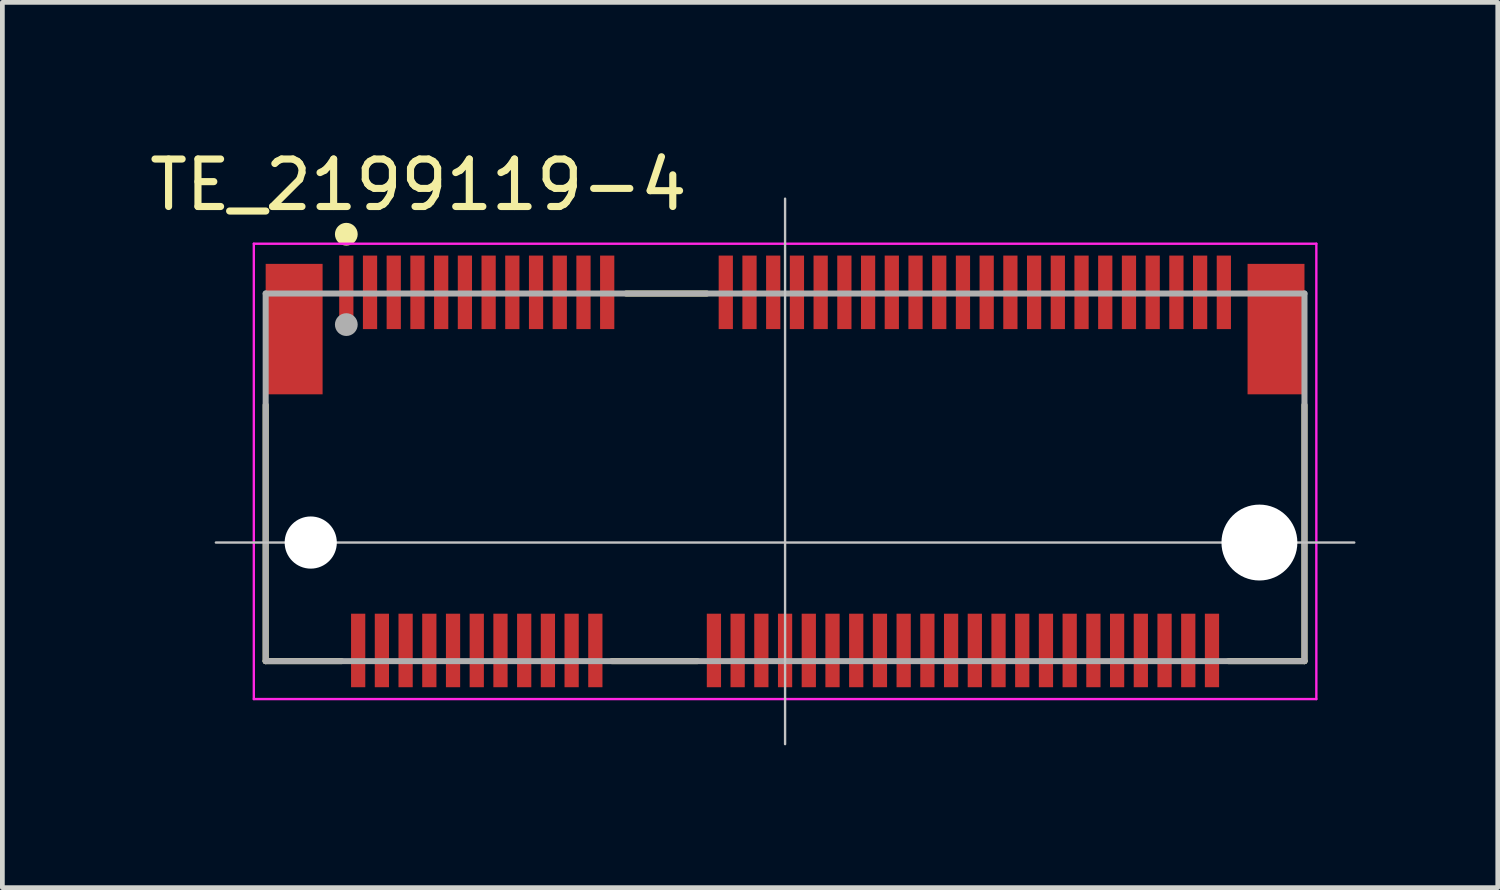
<source format=kicad_pcb>
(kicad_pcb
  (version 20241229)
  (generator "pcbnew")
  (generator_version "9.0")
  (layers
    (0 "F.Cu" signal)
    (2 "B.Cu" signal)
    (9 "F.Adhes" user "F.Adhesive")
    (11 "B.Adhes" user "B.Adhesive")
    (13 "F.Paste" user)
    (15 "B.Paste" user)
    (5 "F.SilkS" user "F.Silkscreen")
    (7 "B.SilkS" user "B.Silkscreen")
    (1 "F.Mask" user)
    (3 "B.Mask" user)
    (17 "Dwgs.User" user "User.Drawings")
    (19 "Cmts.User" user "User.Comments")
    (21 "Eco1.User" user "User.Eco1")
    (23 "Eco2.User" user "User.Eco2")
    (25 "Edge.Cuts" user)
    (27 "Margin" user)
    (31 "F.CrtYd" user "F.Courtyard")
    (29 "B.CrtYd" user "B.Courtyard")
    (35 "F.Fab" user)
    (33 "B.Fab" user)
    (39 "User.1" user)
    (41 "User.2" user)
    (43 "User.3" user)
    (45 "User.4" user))
  (footprint "TE_2199119-4"
    (layer "F.Cu")
    (at 13.501 8.388)
    (property "Reference" "TE_2199119-4" (at -7.73 -7.54 0) (layer "F.SilkS") (effects (font (size 1.001 1.001) (thickness 0.15))))
    (attr through_hole)
    (fp_line (start -10.95 -2.9) (end -10.95 2.5) (stroke (width 0.127) (type solid)) (layer "F.SilkS"))
    (fp_line (start -10.95 2.5) (end -9.35 2.5) (stroke (width 0.127) (type solid)) (layer "F.SilkS"))
    (fp_line (start -3.65 2.5) (end -1.85 2.5) (stroke (width 0.127) (type solid)) (layer "F.SilkS"))
    (fp_line (start -3.35 -5.25) (end -1.65 -5.25) (stroke (width 0.127) (type solid)) (layer "F.SilkS"))
    (fp_line (start 9.35 2.5) (end 10.95 2.5) (stroke (width 0.127) (type solid)) (layer "F.SilkS"))
    (fp_line (start 10.95 2.5) (end 10.95 -2.9) (stroke (width 0.127) (type solid)) (layer "F.SilkS"))
    (fp_circle (center -9.25 -6.5) (end -9.13 -6.5) (stroke (width 0.24) (type solid)) (fill no) (layer "F.SilkS"))
    (fp_line (start -12 0) (end 12 0) (stroke (width 0.05) (type solid)) (layer "Dwgs.User"))
    (fp_line (start 0 -7.25) (end 0 4.25) (stroke (width 0.05) (type solid)) (layer "Dwgs.User"))
    (fp_line (start -11.2 -6.3) (end 11.2 -6.3) (stroke (width 0.05) (type solid)) (layer "F.CrtYd"))
    (fp_line (start -11.2 3.3) (end -11.2 -6.3) (stroke (width 0.05) (type solid)) (layer "F.CrtYd"))
    (fp_line (start 11.2 -6.3) (end 11.2 3.3) (stroke (width 0.05) (type solid)) (layer "F.CrtYd"))
    (fp_line (start 11.2 3.3) (end -11.2 3.3) (stroke (width 0.05) (type solid)) (layer "F.CrtYd"))
    (fp_line (start -10.95 -5.25) (end 10.95 -5.25) (stroke (width 0.127) (type solid)) (layer "F.Fab"))
    (fp_line (start -10.95 2.5) (end -10.95 -5.25) (stroke (width 0.127) (type solid)) (layer "F.Fab"))
    (fp_line (start 10.95 -5.25) (end 10.95 2.5) (stroke (width 0.127) (type solid)) (layer "F.Fab"))
    (fp_line (start 10.95 2.5) (end -10.95 2.5) (stroke (width 0.127) (type solid)) (layer "F.Fab"))
    (fp_circle (center -9.25 -4.595) (end -9.13 -4.595) (stroke (width 0.24) (type solid)) (fill no) (layer "F.Fab"))
    (pad "" np_thru_hole circle (at -10 0) (size 1.1 1.1) (drill 1.1) (layers "*.Cu" "*.Mask"))
    (pad "" np_thru_hole circle (at 10 0) (size 1.6 1.6) (drill 1.6) (layers "*.Cu" "*.Mask"))
    (pad "1" smd rect (at -9.25 -5.275) (size 0.3 1.55) (layers "F.Cu" "F.Mask" "F.Paste"))
    (pad "2" smd rect (at -9 2.275) (size 0.3 1.55) (layers "F.Cu" "F.Mask" "F.Paste"))
    (pad "3" smd rect (at -8.75 -5.275) (size 0.3 1.55) (layers "F.Cu" "F.Mask" "F.Paste"))
    (pad "4" smd rect (at -8.5 2.275) (size 0.3 1.55) (layers "F.Cu" "F.Mask" "F.Paste"))
    (pad "5" smd rect (at -8.25 -5.275) (size 0.3 1.55) (layers "F.Cu" "F.Mask" "F.Paste"))
    (pad "6" smd rect (at -8 2.275) (size 0.3 1.55) (layers "F.Cu" "F.Mask" "F.Paste"))
    (pad "7" smd rect (at -7.75 -5.275) (size 0.3 1.55) (layers "F.Cu" "F.Mask" "F.Paste"))
    (pad "8" smd rect (at -7.5 2.275) (size 0.3 1.55) (layers "F.Cu" "F.Mask" "F.Paste"))
    (pad "9" smd rect (at -7.25 -5.275) (size 0.3 1.55) (layers "F.Cu" "F.Mask" "F.Paste"))
    (pad "10" smd rect (at -7 2.275) (size 0.3 1.55) (layers "F.Cu" "F.Mask" "F.Paste"))
    (pad "11" smd rect (at -6.75 -5.275) (size 0.3 1.55) (layers "F.Cu" "F.Mask" "F.Paste"))
    (pad "12" smd rect (at -6.5 2.275) (size 0.3 1.55) (layers "F.Cu" "F.Mask" "F.Paste"))
    (pad "13" smd rect (at -6.25 -5.275) (size 0.3 1.55) (layers "F.Cu" "F.Mask" "F.Paste"))
    (pad "14" smd rect (at -6 2.275) (size 0.3 1.55) (layers "F.Cu" "F.Mask" "F.Paste"))
    (pad "15" smd rect (at -5.75 -5.275) (size 0.3 1.55) (layers "F.Cu" "F.Mask" "F.Paste"))
    (pad "16" smd rect (at -5.5 2.275) (size 0.3 1.55) (layers "F.Cu" "F.Mask" "F.Paste"))
    (pad "17" smd rect (at -5.25 -5.275) (size 0.3 1.55) (layers "F.Cu" "F.Mask" "F.Paste"))
    (pad "18" smd rect (at -5 2.275) (size 0.3 1.55) (layers "F.Cu" "F.Mask" "F.Paste"))
    (pad "19" smd rect (at -4.75 -5.275) (size 0.3 1.55) (layers "F.Cu" "F.Mask" "F.Paste"))
    (pad "20" smd rect (at -4.5 2.275) (size 0.3 1.55) (layers "F.Cu" "F.Mask" "F.Paste"))
    (pad "21" smd rect (at -4.25 -5.275) (size 0.3 1.55) (layers "F.Cu" "F.Mask" "F.Paste"))
    (pad "22" smd rect (at -4 2.275) (size 0.3 1.55) (layers "F.Cu" "F.Mask" "F.Paste"))
    (pad "23" smd rect (at -3.75 -5.275) (size 0.3 1.55) (layers "F.Cu" "F.Mask" "F.Paste"))
    (pad "32" smd rect (at -1.5 2.275) (size 0.3 1.55) (layers "F.Cu" "F.Mask" "F.Paste"))
    (pad "33" smd rect (at -1.25 -5.275) (size 0.3 1.55) (layers "F.Cu" "F.Mask" "F.Paste"))
    (pad "34" smd rect (at -1 2.275) (size 0.3 1.55) (layers "F.Cu" "F.Mask" "F.Paste"))
    (pad "35" smd rect (at -0.75 -5.275) (size 0.3 1.55) (layers "F.Cu" "F.Mask" "F.Paste"))
    (pad "36" smd rect (at -0.5 2.275) (size 0.3 1.55) (layers "F.Cu" "F.Mask" "F.Paste"))
    (pad "37" smd rect (at -0.25 -5.275) (size 0.3 1.55) (layers "F.Cu" "F.Mask" "F.Paste"))
    (pad "38" smd rect (at 0 2.275) (size 0.3 1.55) (layers "F.Cu" "F.Mask" "F.Paste"))
    (pad "39" smd rect (at 0.25 -5.275) (size 0.3 1.55) (layers "F.Cu" "F.Mask" "F.Paste"))
    (pad "40" smd rect (at 0.5 2.275) (size 0.3 1.55) (layers "F.Cu" "F.Mask" "F.Paste"))
    (pad "41" smd rect (at 0.75 -5.275) (size 0.3 1.55) (layers "F.Cu" "F.Mask" "F.Paste"))
    (pad "42" smd rect (at 1 2.275) (size 0.3 1.55) (layers "F.Cu" "F.Mask" "F.Paste"))
    (pad "43" smd rect (at 1.25 -5.275) (size 0.3 1.55) (layers "F.Cu" "F.Mask" "F.Paste"))
    (pad "44" smd rect (at 1.5 2.275) (size 0.3 1.55) (layers "F.Cu" "F.Mask" "F.Paste"))
    (pad "45" smd rect (at 1.75 -5.275) (size 0.3 1.55) (layers "F.Cu" "F.Mask" "F.Paste"))
    (pad "46" smd rect (at 2 2.275) (size 0.3 1.55) (layers "F.Cu" "F.Mask" "F.Paste"))
    (pad "47" smd rect (at 2.25 -5.275) (size 0.3 1.55) (layers "F.Cu" "F.Mask" "F.Paste"))
    (pad "48" smd rect (at 2.5 2.275) (size 0.3 1.55) (layers "F.Cu" "F.Mask" "F.Paste"))
    (pad "49" smd rect (at 2.75 -5.275) (size 0.3 1.55) (layers "F.Cu" "F.Mask" "F.Paste"))
    (pad "50" smd rect (at 3 2.275) (size 0.3 1.55) (layers "F.Cu" "F.Mask" "F.Paste"))
    (pad "51" smd rect (at 3.25 -5.275) (size 0.3 1.55) (layers "F.Cu" "F.Mask" "F.Paste"))
    (pad "52" smd rect (at 3.5 2.275) (size 0.3 1.55) (layers "F.Cu" "F.Mask" "F.Paste"))
    (pad "53" smd rect (at 3.75 -5.275) (size 0.3 1.55) (layers "F.Cu" "F.Mask" "F.Paste"))
    (pad "54" smd rect (at 4 2.275) (size 0.3 1.55) (layers "F.Cu" "F.Mask" "F.Paste"))
    (pad "55" smd rect (at 4.25 -5.275) (size 0.3 1.55) (layers "F.Cu" "F.Mask" "F.Paste"))
    (pad "56" smd rect (at 4.5 2.275) (size 0.3 1.55) (layers "F.Cu" "F.Mask" "F.Paste"))
    (pad "57" smd rect (at 4.75 -5.275) (size 0.3 1.55) (layers "F.Cu" "F.Mask" "F.Paste"))
    (pad "58" smd rect (at 5 2.275) (size 0.3 1.55) (layers "F.Cu" "F.Mask" "F.Paste"))
    (pad "59" smd rect (at 5.25 -5.275) (size 0.3 1.55) (layers "F.Cu" "F.Mask" "F.Paste"))
    (pad "60" smd rect (at 5.5 2.275) (size 0.3 1.55) (layers "F.Cu" "F.Mask" "F.Paste"))
    (pad "61" smd rect (at 5.75 -5.275) (size 0.3 1.55) (layers "F.Cu" "F.Mask" "F.Paste"))
    (pad "62" smd rect (at 6 2.275) (size 0.3 1.55) (layers "F.Cu" "F.Mask" "F.Paste"))
    (pad "63" smd rect (at 6.25 -5.275) (size 0.3 1.55) (layers "F.Cu" "F.Mask" "F.Paste"))
    (pad "64" smd rect (at 6.5 2.275) (size 0.3 1.55) (layers "F.Cu" "F.Mask" "F.Paste"))
    (pad "65" smd rect (at 6.75 -5.275) (size 0.3 1.55) (layers "F.Cu" "F.Mask" "F.Paste"))
    (pad "66" smd rect (at 7 2.275) (size 0.3 1.55) (layers "F.Cu" "F.Mask" "F.Paste"))
    (pad "67" smd rect (at 7.25 -5.275) (size 0.3 1.55) (layers "F.Cu" "F.Mask" "F.Paste"))
    (pad "68" smd rect (at 7.5 2.275) (size 0.3 1.55) (layers "F.Cu" "F.Mask" "F.Paste"))
    (pad "69" smd rect (at 7.75 -5.275) (size 0.3 1.55) (layers "F.Cu" "F.Mask" "F.Paste"))
    (pad "70" smd rect (at 8 2.275) (size 0.3 1.55) (layers "F.Cu" "F.Mask" "F.Paste"))
    (pad "71" smd rect (at 8.25 -5.275) (size 0.3 1.55) (layers "F.Cu" "F.Mask" "F.Paste"))
    (pad "72" smd rect (at 8.5 2.275) (size 0.3 1.55) (layers "F.Cu" "F.Mask" "F.Paste"))
    (pad "73" smd rect (at 8.75 -5.275) (size 0.3 1.55) (layers "F.Cu" "F.Mask" "F.Paste"))
    (pad "74" smd rect (at 9 2.275) (size 0.3 1.55) (layers "F.Cu" "F.Mask" "F.Paste"))
    (pad "75" smd rect (at 9.25 -5.275) (size 0.3 1.55) (layers "F.Cu" "F.Mask" "F.Paste"))
    (pad "SH1" smd rect (at -10.35 -4.5) (size 1.2 2.75) (layers "F.Cu" "F.Mask" "F.Paste"))
    (pad "SH2" smd rect (at 10.35 -4.5) (size 1.2 2.75) (layers "F.Cu" "F.Mask" "F.Paste")))
  (gr_rect
    (start -3 -3)
    (end 28.526 15.663)
    (stroke (width 0.1) (type default))
    (fill no)
    (layer "Edge.Cuts")))
</source>
